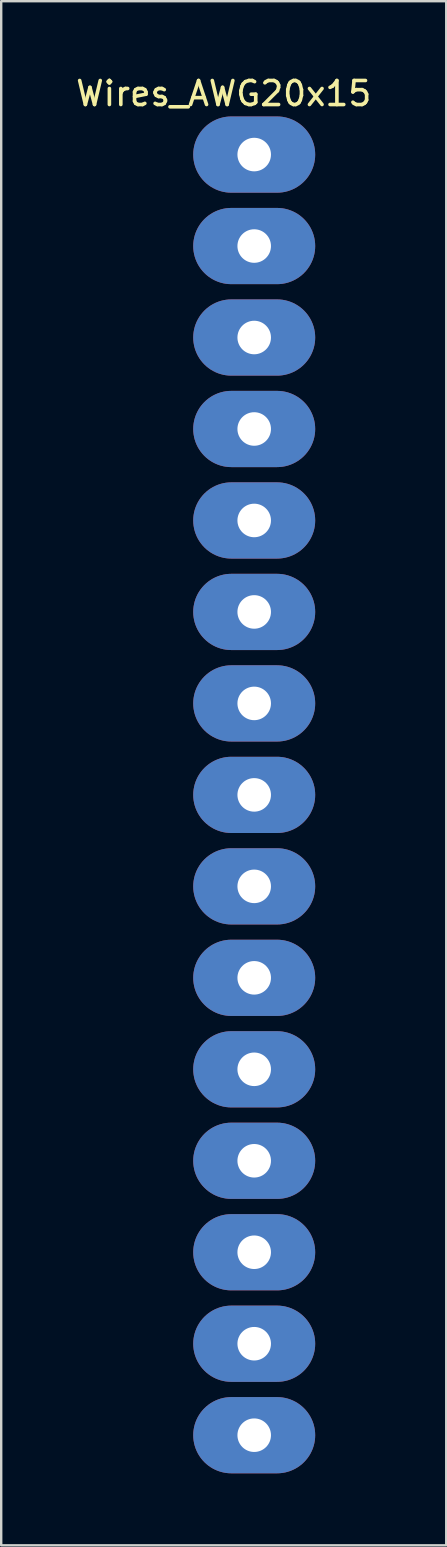
<source format=kicad_pcb>
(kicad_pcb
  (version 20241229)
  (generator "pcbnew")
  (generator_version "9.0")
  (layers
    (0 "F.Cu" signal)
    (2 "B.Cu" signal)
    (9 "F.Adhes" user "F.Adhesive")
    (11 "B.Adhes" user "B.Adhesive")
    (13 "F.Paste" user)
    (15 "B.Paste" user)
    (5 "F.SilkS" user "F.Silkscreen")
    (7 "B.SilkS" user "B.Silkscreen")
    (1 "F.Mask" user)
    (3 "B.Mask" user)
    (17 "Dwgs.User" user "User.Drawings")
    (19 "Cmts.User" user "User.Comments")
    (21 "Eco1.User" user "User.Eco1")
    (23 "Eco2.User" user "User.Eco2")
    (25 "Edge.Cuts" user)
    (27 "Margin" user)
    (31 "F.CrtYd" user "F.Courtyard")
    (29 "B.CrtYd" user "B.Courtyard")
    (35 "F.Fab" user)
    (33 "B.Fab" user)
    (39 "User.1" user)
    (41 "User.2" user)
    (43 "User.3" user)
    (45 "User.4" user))
  (footprint "Wires_AWG20x15"
    (layer "F.Cu")
    (at 7.538 3.388)
    (property "Reference" "Wires_AWG20x15" (at -1.27 -2.54 0) (layer "F.SilkS") (effects (font (size 1 1) (thickness 0.15))))
    (attr through_hole)
    (pad "1" thru_hole oval (at 0 0) (size 5.08 3.175) (drill 1.397) (layers "*.Cu" "*.Mask"))
    (pad "2" thru_hole oval (at 0 3.81) (size 5.08 3.175) (drill 1.397) (layers "*.Cu" "*.Mask"))
    (pad "3" thru_hole oval (at 0 7.62) (size 5.08 3.175) (drill 1.397) (layers "*.Cu" "*.Mask"))
    (pad "4" thru_hole oval (at 0 11.43) (size 5.08 3.175) (drill 1.397) (layers "*.Cu" "*.Mask"))
    (pad "5" thru_hole oval (at 0 15.24) (size 5.08 3.175) (drill 1.397) (layers "*.Cu" "*.Mask"))
    (pad "6" thru_hole oval (at 0 19.05) (size 5.08 3.175) (drill 1.397) (layers "*.Cu" "*.Mask"))
    (pad "7" thru_hole oval (at 0 22.86) (size 5.08 3.175) (drill 1.397) (layers "*.Cu" "*.Mask"))
    (pad "8" thru_hole oval (at 0 26.67) (size 5.08 3.175) (drill 1.397) (layers "*.Cu" "*.Mask"))
    (pad "9" thru_hole oval (at 0 30.48) (size 5.08 3.175) (drill 1.397) (layers "*.Cu" "*.Mask"))
    (pad "10" thru_hole oval (at 0 34.29) (size 5.08 3.175) (drill 1.397) (layers "*.Cu" "*.Mask"))
    (pad "11" thru_hole oval (at 0 38.1) (size 5.08 3.175) (drill 1.397) (layers "*.Cu" "*.Mask"))
    (pad "12" thru_hole oval (at 0 41.91) (size 5.08 3.175) (drill 1.397) (layers "*.Cu" "*.Mask"))
    (pad "13" thru_hole oval (at 0 45.72) (size 5.08 3.175) (drill 1.397) (layers "*.Cu" "*.Mask"))
    (pad "14" thru_hole oval (at 0 49.53) (size 5.08 3.175) (drill 1.397) (layers "*.Cu" "*.Mask"))
    (pad "15" thru_hole oval (at 0 53.34) (size 5.08 3.175) (drill 1.397) (layers "*.Cu" "*.Mask")))
  (gr_rect
    (start -3 -3)
    (end 15.536 61.316)
    (stroke (width 0.1) (type default))
    (fill no)
    (layer "Edge.Cuts")))
</source>
